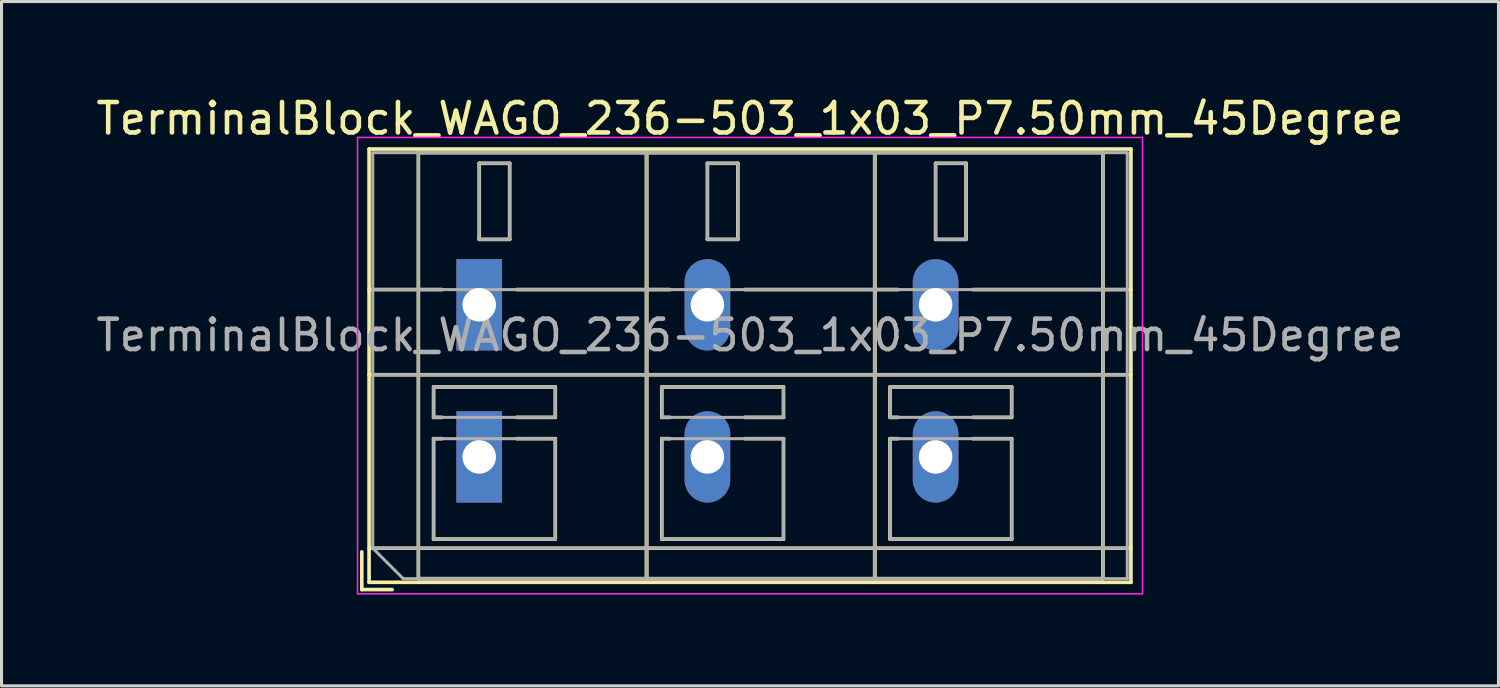
<source format=kicad_pcb>
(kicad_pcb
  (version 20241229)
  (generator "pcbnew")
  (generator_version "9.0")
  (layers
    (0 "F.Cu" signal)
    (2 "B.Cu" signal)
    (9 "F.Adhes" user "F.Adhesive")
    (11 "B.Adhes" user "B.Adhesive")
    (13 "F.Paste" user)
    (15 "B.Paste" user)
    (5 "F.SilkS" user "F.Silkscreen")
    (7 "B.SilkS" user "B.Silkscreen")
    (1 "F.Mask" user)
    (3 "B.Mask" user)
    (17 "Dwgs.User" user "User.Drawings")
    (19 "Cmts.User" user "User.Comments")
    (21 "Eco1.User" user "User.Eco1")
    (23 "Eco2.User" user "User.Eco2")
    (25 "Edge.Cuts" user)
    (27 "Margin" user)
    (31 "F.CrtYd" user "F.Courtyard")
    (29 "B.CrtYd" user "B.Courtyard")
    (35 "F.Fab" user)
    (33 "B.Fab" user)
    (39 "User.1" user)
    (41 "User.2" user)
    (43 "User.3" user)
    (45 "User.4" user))
  (footprint "TerminalBlock_WAGO_236-503_1x03_P7.50mm_45Degree"
    (layer "F.Cu")
    (at 12.701 6.968)
    (property "Reference" "TerminalBlock_WAGO_236-503_1x03_P7.50mm_45Degree" (at 8.9 -6.12 0) (layer "F.SilkS") (effects (font (size 1 1) (thickness 0.15))))
    (attr through_hole)
    (fp_line (start -3.86 8.12) (end -3.86 9.36) (stroke (width 0.12) (type solid)) (layer "F.SilkS"))
    (fp_line (start -3.86 9.36) (end -2.86 9.36) (stroke (width 0.12) (type solid)) (layer "F.SilkS"))
    (fp_line (start -3.62 -5.12) (end -3.62 9.12) (stroke (width 0.12) (type solid)) (layer "F.SilkS"))
    (fp_line (start -3.62 -5.12) (end 21.42 -5.12) (stroke (width 0.12) (type solid)) (layer "F.SilkS"))
    (fp_line (start -3.62 -0.5) (end -1.23 -0.5) (stroke (width 0.12) (type solid)) (layer "F.SilkS"))
    (fp_line (start -3.62 2.3) (end 21.42 2.3) (stroke (width 0.12) (type solid)) (layer "F.SilkS"))
    (fp_line (start -3.62 8) (end 21.42 8) (stroke (width 0.12) (type solid)) (layer "F.SilkS"))
    (fp_line (start -3.62 9.12) (end 21.42 9.12) (stroke (width 0.12) (type solid)) (layer "F.SilkS"))
    (fp_line (start -2 -5) (end -2 9) (stroke (width 0.12) (type solid)) (layer "F.SilkS"))
    (fp_line (start -2 -5) (end 5.5 -5) (stroke (width 0.12) (type solid)) (layer "F.SilkS"))
    (fp_line (start -2 9) (end 5.5 9) (stroke (width 0.12) (type solid)) (layer "F.SilkS"))
    (fp_line (start -1.5 2.7) (end -1.5 3.7) (stroke (width 0.12) (type solid)) (layer "F.SilkS"))
    (fp_line (start -1.5 2.7) (end 2.5 2.7) (stroke (width 0.12) (type solid)) (layer "F.SilkS"))
    (fp_line (start -1.5 3.7) (end -1.23 3.7) (stroke (width 0.12) (type solid)) (layer "F.SilkS"))
    (fp_line (start -1.5 4.4) (end -1.5 7.7) (stroke (width 0.12) (type solid)) (layer "F.SilkS"))
    (fp_line (start -1.5 4.4) (end -1.23 4.4) (stroke (width 0.12) (type solid)) (layer "F.SilkS"))
    (fp_line (start -1.5 7.7) (end 2.5 7.7) (stroke (width 0.12) (type solid)) (layer "F.SilkS"))
    (fp_line (start 0 -4.65) (end 0 -2.151) (stroke (width 0.12) (type solid)) (layer "F.SilkS"))
    (fp_line (start 0 -4.65) (end 1 -4.65) (stroke (width 0.12) (type solid)) (layer "F.SilkS"))
    (fp_line (start 0 -2.151) (end 1 -2.151) (stroke (width 0.12) (type solid)) (layer "F.SilkS"))
    (fp_line (start 1 -4.65) (end 1 -2.151) (stroke (width 0.12) (type solid)) (layer "F.SilkS"))
    (fp_line (start 1.23 -0.5) (end 6.27 -0.5) (stroke (width 0.12) (type solid)) (layer "F.SilkS"))
    (fp_line (start 1.23 3.7) (end 2.5 3.7) (stroke (width 0.12) (type solid)) (layer "F.SilkS"))
    (fp_line (start 1.23 4.4) (end 2.5 4.4) (stroke (width 0.12) (type solid)) (layer "F.SilkS"))
    (fp_line (start 2.5 2.7) (end 2.5 3.7) (stroke (width 0.12) (type solid)) (layer "F.SilkS"))
    (fp_line (start 2.5 4.4) (end 2.5 7.7) (stroke (width 0.12) (type solid)) (layer "F.SilkS"))
    (fp_line (start 5.5 -5) (end 5.5 9) (stroke (width 0.12) (type solid)) (layer "F.SilkS"))
    (fp_line (start 5.5 -5) (end 5.5 9) (stroke (width 0.12) (type solid)) (layer "F.SilkS"))
    (fp_line (start 5.5 -5) (end 13 -5) (stroke (width 0.12) (type solid)) (layer "F.SilkS"))
    (fp_line (start 5.5 9) (end 13 9) (stroke (width 0.12) (type solid)) (layer "F.SilkS"))
    (fp_line (start 6 2.7) (end 6 3.7) (stroke (width 0.12) (type solid)) (layer "F.SilkS"))
    (fp_line (start 6 2.7) (end 10 2.7) (stroke (width 0.12) (type solid)) (layer "F.SilkS"))
    (fp_line (start 6 3.7) (end 6.27 3.7) (stroke (width 0.12) (type solid)) (layer "F.SilkS"))
    (fp_line (start 6 4.4) (end 6 7.7) (stroke (width 0.12) (type solid)) (layer "F.SilkS"))
    (fp_line (start 6 4.4) (end 6.27 4.4) (stroke (width 0.12) (type solid)) (layer "F.SilkS"))
    (fp_line (start 6 7.7) (end 10 7.7) (stroke (width 0.12) (type solid)) (layer "F.SilkS"))
    (fp_line (start 7.5 -4.65) (end 7.5 -2.151) (stroke (width 0.12) (type solid)) (layer "F.SilkS"))
    (fp_line (start 7.5 -4.65) (end 8.5 -4.65) (stroke (width 0.12) (type solid)) (layer "F.SilkS"))
    (fp_line (start 7.5 -2.151) (end 8.5 -2.151) (stroke (width 0.12) (type solid)) (layer "F.SilkS"))
    (fp_line (start 8.5 -4.65) (end 8.5 -2.151) (stroke (width 0.12) (type solid)) (layer "F.SilkS"))
    (fp_line (start 8.73 -0.5) (end 13.77 -0.5) (stroke (width 0.12) (type solid)) (layer "F.SilkS"))
    (fp_line (start 8.73 3.7) (end 10 3.7) (stroke (width 0.12) (type solid)) (layer "F.SilkS"))
    (fp_line (start 8.73 4.4) (end 10 4.4) (stroke (width 0.12) (type solid)) (layer "F.SilkS"))
    (fp_line (start 10 2.7) (end 10 3.7) (stroke (width 0.12) (type solid)) (layer "F.SilkS"))
    (fp_line (start 10 4.4) (end 10 7.7) (stroke (width 0.12) (type solid)) (layer "F.SilkS"))
    (fp_line (start 13 -5) (end 13 9) (stroke (width 0.12) (type solid)) (layer "F.SilkS"))
    (fp_line (start 13 -5) (end 13 9) (stroke (width 0.12) (type solid)) (layer "F.SilkS"))
    (fp_line (start 13 -5) (end 20.5 -5) (stroke (width 0.12) (type solid)) (layer "F.SilkS"))
    (fp_line (start 13 9) (end 20.5 9) (stroke (width 0.12) (type solid)) (layer "F.SilkS"))
    (fp_line (start 13.5 2.7) (end 13.5 3.7) (stroke (width 0.12) (type solid)) (layer "F.SilkS"))
    (fp_line (start 13.5 2.7) (end 17.5 2.7) (stroke (width 0.12) (type solid)) (layer "F.SilkS"))
    (fp_line (start 13.5 3.7) (end 13.77 3.7) (stroke (width 0.12) (type solid)) (layer "F.SilkS"))
    (fp_line (start 13.5 4.4) (end 13.5 7.7) (stroke (width 0.12) (type solid)) (layer "F.SilkS"))
    (fp_line (start 13.5 4.4) (end 13.77 4.4) (stroke (width 0.12) (type solid)) (layer "F.SilkS"))
    (fp_line (start 13.5 7.7) (end 17.5 7.7) (stroke (width 0.12) (type solid)) (layer "F.SilkS"))
    (fp_line (start 15 -4.65) (end 15 -2.151) (stroke (width 0.12) (type solid)) (layer "F.SilkS"))
    (fp_line (start 15 -4.65) (end 16 -4.65) (stroke (width 0.12) (type solid)) (layer "F.SilkS"))
    (fp_line (start 15 -2.151) (end 16 -2.151) (stroke (width 0.12) (type solid)) (layer "F.SilkS"))
    (fp_line (start 16 -4.65) (end 16 -2.151) (stroke (width 0.12) (type solid)) (layer "F.SilkS"))
    (fp_line (start 16.23 -0.5) (end 21.42 -0.5) (stroke (width 0.12) (type solid)) (layer "F.SilkS"))
    (fp_line (start 16.23 3.7) (end 17.5 3.7) (stroke (width 0.12) (type solid)) (layer "F.SilkS"))
    (fp_line (start 16.23 4.4) (end 17.5 4.4) (stroke (width 0.12) (type solid)) (layer "F.SilkS"))
    (fp_line (start 17.5 2.7) (end 17.5 3.7) (stroke (width 0.12) (type solid)) (layer "F.SilkS"))
    (fp_line (start 17.5 4.4) (end 17.5 7.7) (stroke (width 0.12) (type solid)) (layer "F.SilkS"))
    (fp_line (start 20.5 -5) (end 20.5 9) (stroke (width 0.12) (type solid)) (layer "F.SilkS"))
    (fp_line (start 21.42 -5.12) (end 21.42 9.12) (stroke (width 0.12) (type solid)) (layer "F.SilkS"))
    (fp_line (start -4 -5.5) (end -4 9.5) (stroke (width 0.05) (type solid)) (layer "F.CrtYd"))
    (fp_line (start -4 9.5) (end 21.8 9.5) (stroke (width 0.05) (type solid)) (layer "F.CrtYd"))
    (fp_line (start 21.8 -5.5) (end -4 -5.5) (stroke (width 0.05) (type solid)) (layer "F.CrtYd"))
    (fp_line (start 21.8 9.5) (end 21.8 -5.5) (stroke (width 0.05) (type solid)) (layer "F.CrtYd"))
    (fp_line (start -3.5 -5) (end 21.3 -5) (stroke (width 0.1) (type solid)) (layer "F.Fab"))
    (fp_line (start -3.5 -0.5) (end 21.3 -0.5) (stroke (width 0.1) (type solid)) (layer "F.Fab"))
    (fp_line (start -3.5 2.3) (end 21.3 2.3) (stroke (width 0.1) (type solid)) (layer "F.Fab"))
    (fp_line (start -3.5 8) (end -3.5 -5) (stroke (width 0.1) (type solid)) (layer "F.Fab"))
    (fp_line (start -3.5 8) (end 21.3 8) (stroke (width 0.1) (type solid)) (layer "F.Fab"))
    (fp_line (start -2.5 9) (end -3.5 8) (stroke (width 0.1) (type solid)) (layer "F.Fab"))
    (fp_line (start -2 -5) (end -2 9) (stroke (width 0.1) (type solid)) (layer "F.Fab"))
    (fp_line (start -2 9) (end 5.5 9) (stroke (width 0.1) (type solid)) (layer "F.Fab"))
    (fp_line (start -1.5 2.7) (end -1.5 3.7) (stroke (width 0.1) (type solid)) (layer "F.Fab"))
    (fp_line (start -1.5 3.7) (end 2.5 3.7) (stroke (width 0.1) (type solid)) (layer "F.Fab"))
    (fp_line (start -1.5 4.4) (end -1.5 7.7) (stroke (width 0.1) (type solid)) (layer "F.Fab"))
    (fp_line (start -1.5 7.7) (end 2.5 7.7) (stroke (width 0.1) (type solid)) (layer "F.Fab"))
    (fp_line (start 0 -4.65) (end 0 -2.15) (stroke (width 0.1) (type solid)) (layer "F.Fab"))
    (fp_line (start 0 -2.15) (end 1 -2.15) (stroke (width 0.1) (type solid)) (layer "F.Fab"))
    (fp_line (start 1 -4.65) (end 0 -4.65) (stroke (width 0.1) (type solid)) (layer "F.Fab"))
    (fp_line (start 1 -2.15) (end 1 -4.65) (stroke (width 0.1) (type solid)) (layer "F.Fab"))
    (fp_line (start 2.5 2.7) (end -1.5 2.7) (stroke (width 0.1) (type solid)) (layer "F.Fab"))
    (fp_line (start 2.5 3.7) (end 2.5 2.7) (stroke (width 0.1) (type solid)) (layer "F.Fab"))
    (fp_line (start 2.5 4.4) (end -1.5 4.4) (stroke (width 0.1) (type solid)) (layer "F.Fab"))
    (fp_line (start 2.5 7.7) (end 2.5 4.4) (stroke (width 0.1) (type solid)) (layer "F.Fab"))
    (fp_line (start 5.5 -5) (end -2 -5) (stroke (width 0.1) (type solid)) (layer "F.Fab"))
    (fp_line (start 5.5 -5) (end 5.5 9) (stroke (width 0.1) (type solid)) (layer "F.Fab"))
    (fp_line (start 5.5 9) (end 5.5 -5) (stroke (width 0.1) (type solid)) (layer "F.Fab"))
    (fp_line (start 5.5 9) (end 13 9) (stroke (width 0.1) (type solid)) (layer "F.Fab"))
    (fp_line (start 6 2.7) (end 6 3.7) (stroke (width 0.1) (type solid)) (layer "F.Fab"))
    (fp_line (start 6 3.7) (end 10 3.7) (stroke (width 0.1) (type solid)) (layer "F.Fab"))
    (fp_line (start 6 4.4) (end 6 7.7) (stroke (width 0.1) (type solid)) (layer "F.Fab"))
    (fp_line (start 6 7.7) (end 10 7.7) (stroke (width 0.1) (type solid)) (layer "F.Fab"))
    (fp_line (start 7.5 -4.65) (end 7.5 -2.15) (stroke (width 0.1) (type solid)) (layer "F.Fab"))
    (fp_line (start 7.5 -2.15) (end 8.5 -2.15) (stroke (width 0.1) (type solid)) (layer "F.Fab"))
    (fp_line (start 8.5 -4.65) (end 7.5 -4.65) (stroke (width 0.1) (type solid)) (layer "F.Fab"))
    (fp_line (start 8.5 -2.15) (end 8.5 -4.65) (stroke (width 0.1) (type solid)) (layer "F.Fab"))
    (fp_line (start 10 2.7) (end 6 2.7) (stroke (width 0.1) (type solid)) (layer "F.Fab"))
    (fp_line (start 10 3.7) (end 10 2.7) (stroke (width 0.1) (type solid)) (layer "F.Fab"))
    (fp_line (start 10 4.4) (end 6 4.4) (stroke (width 0.1) (type solid)) (layer "F.Fab"))
    (fp_line (start 10 7.7) (end 10 4.4) (stroke (width 0.1) (type solid)) (layer "F.Fab"))
    (fp_line (start 13 -5) (end 5.5 -5) (stroke (width 0.1) (type solid)) (layer "F.Fab"))
    (fp_line (start 13 -5) (end 13 9) (stroke (width 0.1) (type solid)) (layer "F.Fab"))
    (fp_line (start 13 9) (end 13 -5) (stroke (width 0.1) (type solid)) (layer "F.Fab"))
    (fp_line (start 13 9) (end 20.5 9) (stroke (width 0.1) (type solid)) (layer "F.Fab"))
    (fp_line (start 13.5 2.7) (end 13.5 3.7) (stroke (width 0.1) (type solid)) (layer "F.Fab"))
    (fp_line (start 13.5 3.7) (end 17.5 3.7) (stroke (width 0.1) (type solid)) (layer "F.Fab"))
    (fp_line (start 13.5 4.4) (end 13.5 7.7) (stroke (width 0.1) (type solid)) (layer "F.Fab"))
    (fp_line (start 13.5 7.7) (end 17.5 7.7) (stroke (width 0.1) (type solid)) (layer "F.Fab"))
    (fp_line (start 15 -4.65) (end 15 -2.15) (stroke (width 0.1) (type solid)) (layer "F.Fab"))
    (fp_line (start 15 -2.15) (end 16 -2.15) (stroke (width 0.1) (type solid)) (layer "F.Fab"))
    (fp_line (start 16 -4.65) (end 15 -4.65) (stroke (width 0.1) (type solid)) (layer "F.Fab"))
    (fp_line (start 16 -2.15) (end 16 -4.65) (stroke (width 0.1) (type solid)) (layer "F.Fab"))
    (fp_line (start 17.5 2.7) (end 13.5 2.7) (stroke (width 0.1) (type solid)) (layer "F.Fab"))
    (fp_line (start 17.5 3.7) (end 17.5 2.7) (stroke (width 0.1) (type solid)) (layer "F.Fab"))
    (fp_line (start 17.5 4.4) (end 13.5 4.4) (stroke (width 0.1) (type solid)) (layer "F.Fab"))
    (fp_line (start 17.5 7.7) (end 17.5 4.4) (stroke (width 0.1) (type solid)) (layer "F.Fab"))
    (fp_line (start 20.5 -5) (end 13 -5) (stroke (width 0.1) (type solid)) (layer "F.Fab"))
    (fp_line (start 20.5 9) (end 20.5 -5) (stroke (width 0.1) (type solid)) (layer "F.Fab"))
    (fp_line (start 21.3 -5) (end 21.3 9) (stroke (width 0.1) (type solid)) (layer "F.Fab"))
    (fp_line (start 21.3 9) (end -2.5 9) (stroke (width 0.1) (type solid)) (layer "F.Fab"))
    (fp_text user "${REFERENCE}" (at 8.9 1 0) (layer "F.Fab") (effects (font (size 1 1) (thickness 0.15))))
    (pad "1" thru_hole rect (at 0 0) (size 1.5 3) (drill 1.1) (layers "*.Cu" "*.Mask"))
    (pad "1" thru_hole rect (at 0 5) (size 1.5 3) (drill 1.1) (layers "*.Cu" "*.Mask"))
    (pad "2" thru_hole oval (at 7.5 0) (size 1.5 3) (drill 1.1) (layers "*.Cu" "*.Mask"))
    (pad "2" thru_hole oval (at 7.5 5) (size 1.5 3) (drill 1.1) (layers "*.Cu" "*.Mask"))
    (pad "3" thru_hole oval (at 15 0) (size 1.5 3) (drill 1.1) (layers "*.Cu" "*.Mask"))
    (pad "3" thru_hole oval (at 15 5) (size 1.5 3) (drill 1.1) (layers "*.Cu" "*.Mask")))
  (gr_rect
    (start -3 -3)
    (end 46.202 19.493)
    (stroke (width 0.1) (type default))
    (fill no)
    (layer "Edge.Cuts")))
</source>
